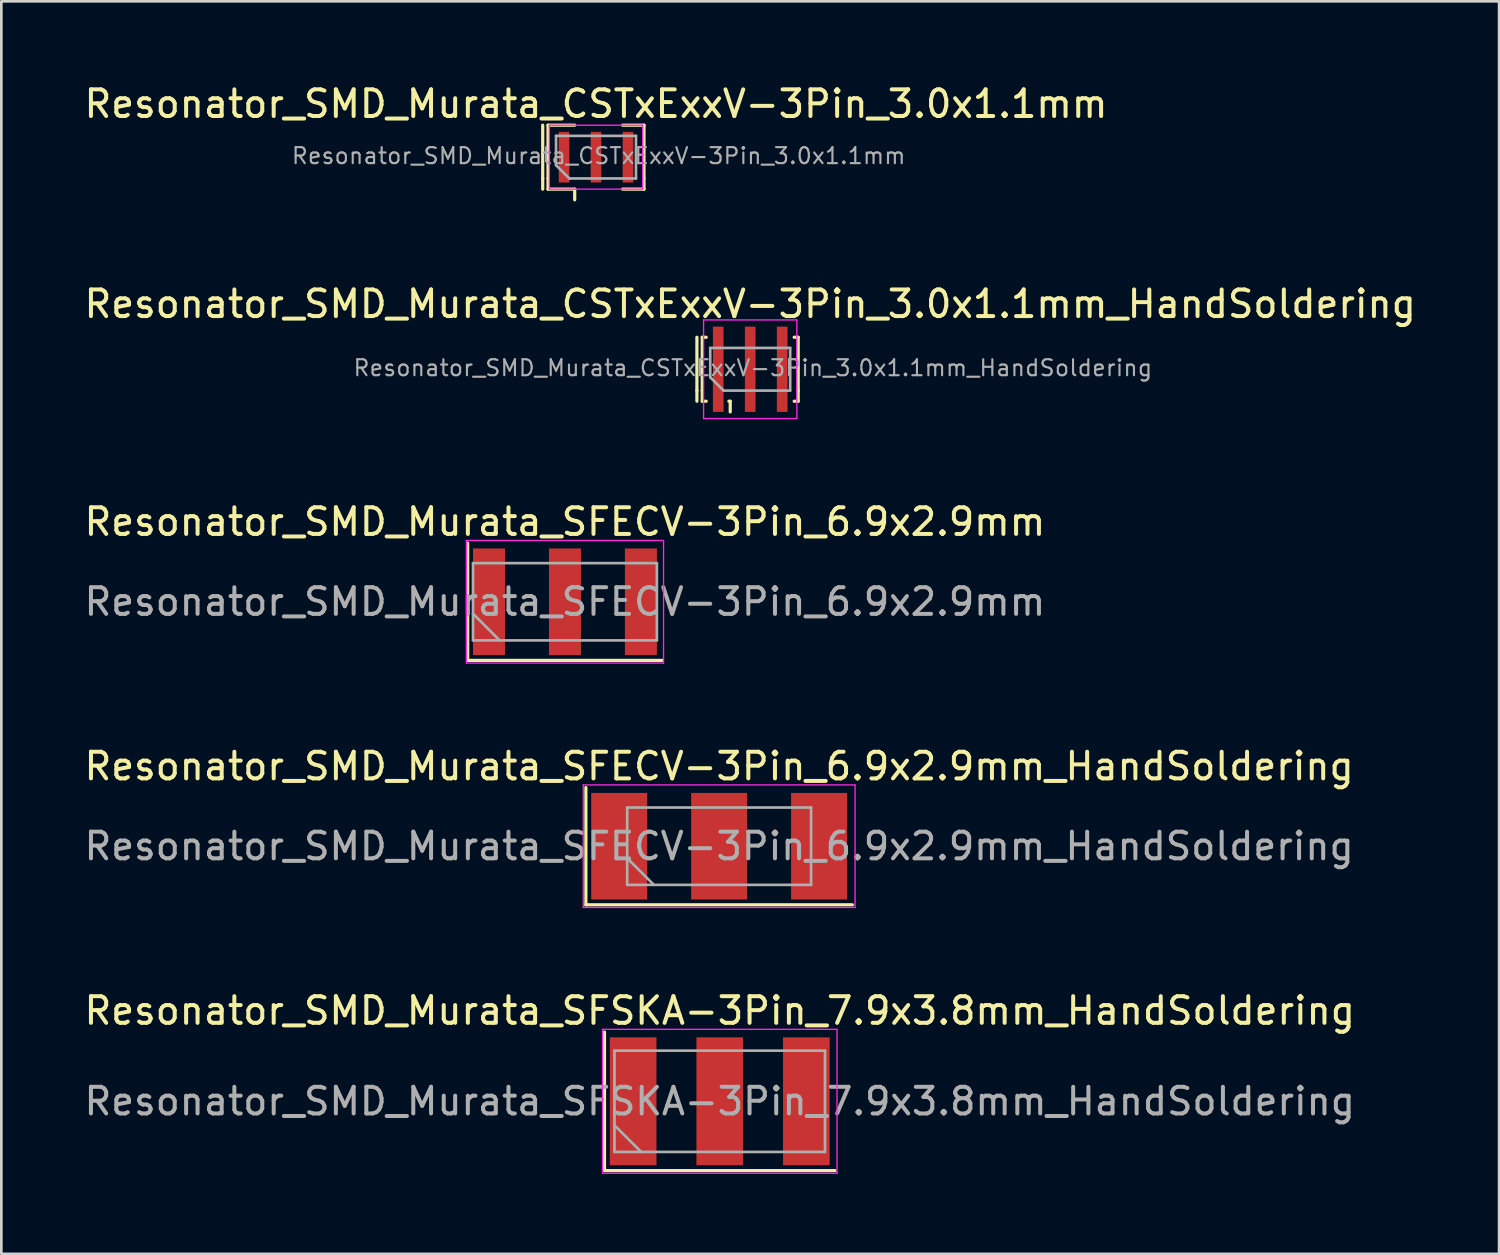
<source format=kicad_pcb>
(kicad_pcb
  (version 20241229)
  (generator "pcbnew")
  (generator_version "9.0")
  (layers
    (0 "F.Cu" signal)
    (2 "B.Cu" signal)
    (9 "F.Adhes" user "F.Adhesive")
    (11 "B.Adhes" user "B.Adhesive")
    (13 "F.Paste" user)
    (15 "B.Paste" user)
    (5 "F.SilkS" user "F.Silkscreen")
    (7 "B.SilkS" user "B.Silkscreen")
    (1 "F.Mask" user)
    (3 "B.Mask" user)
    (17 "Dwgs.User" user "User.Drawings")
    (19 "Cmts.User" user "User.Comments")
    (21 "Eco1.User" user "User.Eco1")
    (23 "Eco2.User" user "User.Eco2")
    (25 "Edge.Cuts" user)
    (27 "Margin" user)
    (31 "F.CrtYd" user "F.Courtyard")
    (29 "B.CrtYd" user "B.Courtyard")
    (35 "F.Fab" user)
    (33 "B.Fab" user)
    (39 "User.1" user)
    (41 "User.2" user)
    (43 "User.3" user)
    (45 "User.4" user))
  (footprint "Resonator_SMD_Murata_SFSKA-3Pin_7.9x3.8mm_HandSoldering"
    (layer "F.Cu")
    (at 23.958 38.276)
    (property "Reference" "Resonator_SMD_Murata_SFSKA-3Pin_7.9x3.8mm_HandSoldering" (at 0 -3.4 0) (layer "F.SilkS") (effects (font (size 1 1) (thickness 0.15))))
    (attr smd)
    (fp_line (start -4.325 -2.6) (end -4.325 2.6) (stroke (width 0.12) (type solid)) (layer "F.SilkS"))
    (fp_line (start -4.325 2.6) (end 4.325 2.6) (stroke (width 0.12) (type solid)) (layer "F.SilkS"))
    (fp_line (start -4.4 -2.7) (end -4.4 2.7) (stroke (width 0.05) (type solid)) (layer "F.CrtYd"))
    (fp_line (start -4.4 2.7) (end 4.4 2.7) (stroke (width 0.05) (type solid)) (layer "F.CrtYd"))
    (fp_line (start 4.4 -2.7) (end -4.4 -2.7) (stroke (width 0.05) (type solid)) (layer "F.CrtYd"))
    (fp_line (start 4.4 2.7) (end 4.4 -2.7) (stroke (width 0.05) (type solid)) (layer "F.CrtYd"))
    (fp_line (start -3.95 -1.9) (end -3.95 1.9) (stroke (width 0.1) (type solid)) (layer "F.Fab"))
    (fp_line (start -3.95 0.9) (end -2.95 1.9) (stroke (width 0.1) (type solid)) (layer "F.Fab"))
    (fp_line (start -3.95 1.9) (end 3.95 1.9) (stroke (width 0.1) (type solid)) (layer "F.Fab"))
    (fp_line (start 3.95 -1.9) (end -3.95 -1.9) (stroke (width 0.1) (type solid)) (layer "F.Fab"))
    (fp_line (start 3.95 1.9) (end 3.95 -1.9) (stroke (width 0.1) (type solid)) (layer "F.Fab"))
    (fp_text user "${REFERENCE}" (at 0 0 0) (layer "F.Fab") (effects (font (size 1 1) (thickness 0.15))))
    (pad "1" smd rect (at -3.25 0) (size 1.75 4.8) (layers "F.Cu" "F.Mask" "F.Paste"))
    (pad "2" smd rect (at 0 0) (size 1.75 4.8) (layers "F.Cu" "F.Mask" "F.Paste"))
    (pad "3" smd rect (at 3.25 0) (size 1.75 4.8) (layers "F.Cu" "F.Mask" "F.Paste")))
  (footprint "Resonator_SMD_Murata_SFECV-3Pin_6.9x2.9mm_HandSoldering"
    (layer "F.Cu")
    (at 23.935 28.703)
    (property "Reference" "Resonator_SMD_Murata_SFECV-3Pin_6.9x2.9mm_HandSoldering" (at 0 -3 0) (layer "F.SilkS") (effects (font (size 1 1) (thickness 0.15))))
    (attr smd)
    (fp_line (start -5 -2.2) (end -5 2.2) (stroke (width 0.12) (type solid)) (layer "F.SilkS"))
    (fp_line (start -5 2.2) (end 5 2.2) (stroke (width 0.12) (type solid)) (layer "F.SilkS"))
    (fp_line (start -5.1 -2.3) (end -5.1 2.3) (stroke (width 0.05) (type solid)) (layer "F.CrtYd"))
    (fp_line (start -5.1 2.3) (end 5.1 2.3) (stroke (width 0.05) (type solid)) (layer "F.CrtYd"))
    (fp_line (start 5.1 -2.3) (end -5.1 -2.3) (stroke (width 0.05) (type solid)) (layer "F.CrtYd"))
    (fp_line (start 5.1 2.3) (end 5.1 -2.3) (stroke (width 0.05) (type solid)) (layer "F.CrtYd"))
    (fp_line (start -3.45 -1.45) (end -3.45 1.45) (stroke (width 0.1) (type solid)) (layer "F.Fab"))
    (fp_line (start -3.45 0.45) (end -2.45 1.45) (stroke (width 0.1) (type solid)) (layer "F.Fab"))
    (fp_line (start -3.45 1.45) (end 3.45 1.45) (stroke (width 0.1) (type solid)) (layer "F.Fab"))
    (fp_line (start 3.45 -1.45) (end -3.45 -1.45) (stroke (width 0.1) (type solid)) (layer "F.Fab"))
    (fp_line (start 3.45 1.45) (end 3.45 -1.45) (stroke (width 0.1) (type solid)) (layer "F.Fab"))
    (fp_text user "${REFERENCE}" (at 0 0 0) (layer "F.Fab") (effects (font (size 1 1) (thickness 0.15))))
    (pad "1" smd rect (at -3.75 0) (size 2.1 4) (layers "F.Cu" "F.Mask" "F.Paste"))
    (pad "2" smd rect (at 0 0) (size 2.1 4) (layers "F.Cu" "F.Mask" "F.Paste"))
    (pad "3" smd rect (at 3.75 0) (size 2.1 4) (layers "F.Cu" "F.Mask" "F.Paste")))
  (footprint "Resonator_SMD_Murata_SFECV-3Pin_6.9x2.9mm"
    (layer "F.Cu")
    (at 18.149 19.53)
    (property "Reference" "Resonator_SMD_Murata_SFECV-3Pin_6.9x2.9mm" (at 0 -3 0) (layer "F.SilkS") (effects (font (size 1 1) (thickness 0.15))))
    (attr smd)
    (fp_line (start -3.65 -2.2) (end -3.65 2.2) (stroke (width 0.12) (type solid)) (layer "F.SilkS"))
    (fp_line (start -3.65 2.2) (end 3.65 2.2) (stroke (width 0.12) (type solid)) (layer "F.SilkS"))
    (fp_line (start -3.7 -2.3) (end -3.7 2.3) (stroke (width 0.05) (type solid)) (layer "F.CrtYd"))
    (fp_line (start -3.7 2.3) (end 3.7 2.3) (stroke (width 0.05) (type solid)) (layer "F.CrtYd"))
    (fp_line (start 3.7 -2.3) (end -3.7 -2.3) (stroke (width 0.05) (type solid)) (layer "F.CrtYd"))
    (fp_line (start 3.7 2.3) (end 3.7 -2.3) (stroke (width 0.05) (type solid)) (layer "F.CrtYd"))
    (fp_line (start -3.45 -1.45) (end -3.45 1.45) (stroke (width 0.1) (type solid)) (layer "F.Fab"))
    (fp_line (start -3.45 0.45) (end -2.45 1.45) (stroke (width 0.1) (type solid)) (layer "F.Fab"))
    (fp_line (start -3.45 1.45) (end 3.45 1.45) (stroke (width 0.1) (type solid)) (layer "F.Fab"))
    (fp_line (start 3.45 -1.45) (end -3.45 -1.45) (stroke (width 0.1) (type solid)) (layer "F.Fab"))
    (fp_line (start 3.45 1.45) (end 3.45 -1.45) (stroke (width 0.1) (type solid)) (layer "F.Fab"))
    (fp_text user "${REFERENCE}" (at 0 0 0) (layer "F.Fab") (effects (font (size 1 1) (thickness 0.15))))
    (pad "1" smd rect (at -2.85 0) (size 1.2 4) (layers "F.Cu" "F.Mask" "F.Paste"))
    (pad "2" smd rect (at 0 0) (size 1.2 4) (layers "F.Cu" "F.Mask" "F.Paste"))
    (pad "3" smd rect (at 2.85 0) (size 1.2 4) (layers "F.Cu" "F.Mask" "F.Paste")))
  (footprint "Resonator_SMD_Murata_CSTxExxV-3Pin_3.0x1.1mm_HandSoldering"
    (layer "F.Cu")
    (at 25.101 10.806)
    (property "Reference" "Resonator_SMD_Murata_CSTxExxV-3Pin_3.0x1.1mm_HandSoldering" (at 0 -2.45 0) (layer "F.SilkS") (effects (font (size 1 1) (thickness 0.15))))
    (attr smd)
    (fp_line (start -2 -1.2) (end -2 0.8) (stroke (width 0.12) (type solid)) (layer "F.SilkS"))
    (fp_line (start -2 0.8) (end -2 1.2) (stroke (width 0.12) (type solid)) (layer "F.SilkS"))
    (fp_line (start -1.8 -1.2) (end -1.65 -1.2) (stroke (width 0.12) (type solid)) (layer "F.SilkS"))
    (fp_line (start -1.8 0.8) (end -1.8 -1.2) (stroke (width 0.12) (type solid)) (layer "F.SilkS"))
    (fp_line (start -1.8 0.8) (end -1.8 1.2) (stroke (width 0.12) (type solid)) (layer "F.SilkS"))
    (fp_line (start -1.8 1.2) (end -1.65 1.2) (stroke (width 0.12) (type solid)) (layer "F.SilkS"))
    (fp_line (start -0.75 1.2) (end -0.8 1.2) (stroke (width 0.12) (type solid)) (layer "F.SilkS"))
    (fp_line (start -0.75 1.2) (end -0.75 1.6) (stroke (width 0.12) (type solid)) (layer "F.SilkS"))
    (fp_line (start 1.8 -1.2) (end 1.65 -1.2) (stroke (width 0.12) (type solid)) (layer "F.SilkS"))
    (fp_line (start 1.8 -1.2) (end 1.8 0.8) (stroke (width 0.12) (type solid)) (layer "F.SilkS"))
    (fp_line (start 1.8 0.8) (end 1.8 1.2) (stroke (width 0.12) (type solid)) (layer "F.SilkS"))
    (fp_line (start 1.8 1.2) (end 1.65 1.2) (stroke (width 0.12) (type solid)) (layer "F.SilkS"))
    (fp_line (start -1.75 -1.85) (end 1.75 -1.85) (stroke (width 0.05) (type solid)) (layer "F.CrtYd"))
    (fp_line (start -1.75 1.85) (end -1.75 -1.85) (stroke (width 0.05) (type solid)) (layer "F.CrtYd"))
    (fp_line (start 1.75 -1.85) (end 1.75 1.85) (stroke (width 0.05) (type solid)) (layer "F.CrtYd"))
    (fp_line (start 1.75 1.85) (end -1.75 1.85) (stroke (width 0.05) (type solid)) (layer "F.CrtYd"))
    (fp_line (start -1.5 0.3) (end -1.5 -0.8) (stroke (width 0.1) (type solid)) (layer "F.Fab"))
    (fp_line (start -1 0.8) (end -1.5 0.3) (stroke (width 0.1) (type solid)) (layer "F.Fab"))
    (fp_line (start -1 0.8) (end 1.5 0.8) (stroke (width 0.1) (type solid)) (layer "F.Fab"))
    (fp_line (start 1.5 -0.8) (end -1.5 -0.8) (stroke (width 0.1) (type solid)) (layer "F.Fab"))
    (fp_line (start 1.5 0.8) (end 1.5 -0.8) (stroke (width 0.1) (type solid)) (layer "F.Fab"))
    (fp_text user "${REFERENCE}" (at 0.1 -0.05 0) (layer "F.Fab") (effects (font (size 0.6 0.6) (thickness 0.08))))
    (pad "1" smd rect (at -1.2 0) (size 0.4 3.2) (layers "F.Cu" "F.Mask" "F.Paste"))
    (pad "2" smd rect (at 0 0) (size 0.4 3.2) (layers "F.Cu" "F.Mask" "F.Paste"))
    (pad "3" smd rect (at 1.2 0) (size 0.4 3.2) (layers "F.Cu" "F.Mask" "F.Paste")))
  (footprint "Resonator_SMD_Murata_CSTxExxV-3Pin_3.0x1.1mm"
    (layer "F.Cu")
    (at 19.315 2.848)
    (property "Reference" "Resonator_SMD_Murata_CSTxExxV-3Pin_3.0x1.1mm" (at 0 -2 0) (layer "F.SilkS") (effects (font (size 1 1) (thickness 0.15))))
    (attr smd)
    (fp_line (start -2 -1.2) (end -2 0.8) (stroke (width 0.12) (type solid)) (layer "F.SilkS"))
    (fp_line (start -2 0.8) (end -2 1.2) (stroke (width 0.12) (type solid)) (layer "F.SilkS"))
    (fp_line (start -1.8 -1.2) (end -0.8 -1.2) (stroke (width 0.12) (type solid)) (layer "F.SilkS"))
    (fp_line (start -1.8 0.8) (end -1.8 -1.2) (stroke (width 0.12) (type solid)) (layer "F.SilkS"))
    (fp_line (start -1.8 0.8) (end -1.8 1.2) (stroke (width 0.12) (type solid)) (layer "F.SilkS"))
    (fp_line (start -0.8 1.2) (end -1.8 1.2) (stroke (width 0.12) (type solid)) (layer "F.SilkS"))
    (fp_line (start -0.8 1.2) (end -0.8 1.6) (stroke (width 0.12) (type solid)) (layer "F.SilkS"))
    (fp_line (start 1 -1.2) (end 1.8 -1.2) (stroke (width 0.12) (type solid)) (layer "F.SilkS"))
    (fp_line (start 1.8 -1.2) (end 1.8 0.8) (stroke (width 0.12) (type solid)) (layer "F.SilkS"))
    (fp_line (start 1.8 0.8) (end 1.8 1.2) (stroke (width 0.12) (type solid)) (layer "F.SilkS"))
    (fp_line (start 1.8 1.2) (end 1 1.2) (stroke (width 0.12) (type solid)) (layer "F.SilkS"))
    (fp_line (start -1.75 -1.2) (end 1.75 -1.2) (stroke (width 0.05) (type solid)) (layer "F.CrtYd"))
    (fp_line (start -1.75 1.2) (end -1.75 -1.2) (stroke (width 0.05) (type solid)) (layer "F.CrtYd"))
    (fp_line (start 1.75 -1.2) (end 1.75 1.2) (stroke (width 0.05) (type solid)) (layer "F.CrtYd"))
    (fp_line (start 1.75 1.2) (end -1.75 1.2) (stroke (width 0.05) (type solid)) (layer "F.CrtYd"))
    (fp_line (start -1.5 0.3) (end -1.5 -0.8) (stroke (width 0.1) (type solid)) (layer "F.Fab"))
    (fp_line (start -1 0.8) (end -1.5 0.3) (stroke (width 0.1) (type solid)) (layer "F.Fab"))
    (fp_line (start -1 0.8) (end 1.5 0.8) (stroke (width 0.1) (type solid)) (layer "F.Fab"))
    (fp_line (start 1.5 -0.8) (end -1.5 -0.8) (stroke (width 0.1) (type solid)) (layer "F.Fab"))
    (fp_line (start 1.5 0.8) (end 1.5 -0.8) (stroke (width 0.1) (type solid)) (layer "F.Fab"))
    (fp_text user "${REFERENCE}" (at 0.1 -0.05 0) (layer "F.Fab") (effects (font (size 0.6 0.6) (thickness 0.08))))
    (pad "1" smd rect (at -1.2 0) (size 0.4 1.9) (layers "F.Cu" "F.Mask" "F.Paste"))
    (pad "2" smd rect (at 0 0) (size 0.4 1.9) (layers "F.Cu" "F.Mask" "F.Paste"))
    (pad "3" smd rect (at 1.2 0) (size 0.4 1.9) (layers "F.Cu" "F.Mask" "F.Paste")))
  (gr_rect
    (start -3 -3)
    (end 53.202 44.001)
    (stroke (width 0.1) (type default))
    (fill no)
    (layer "Edge.Cuts")))
</source>
